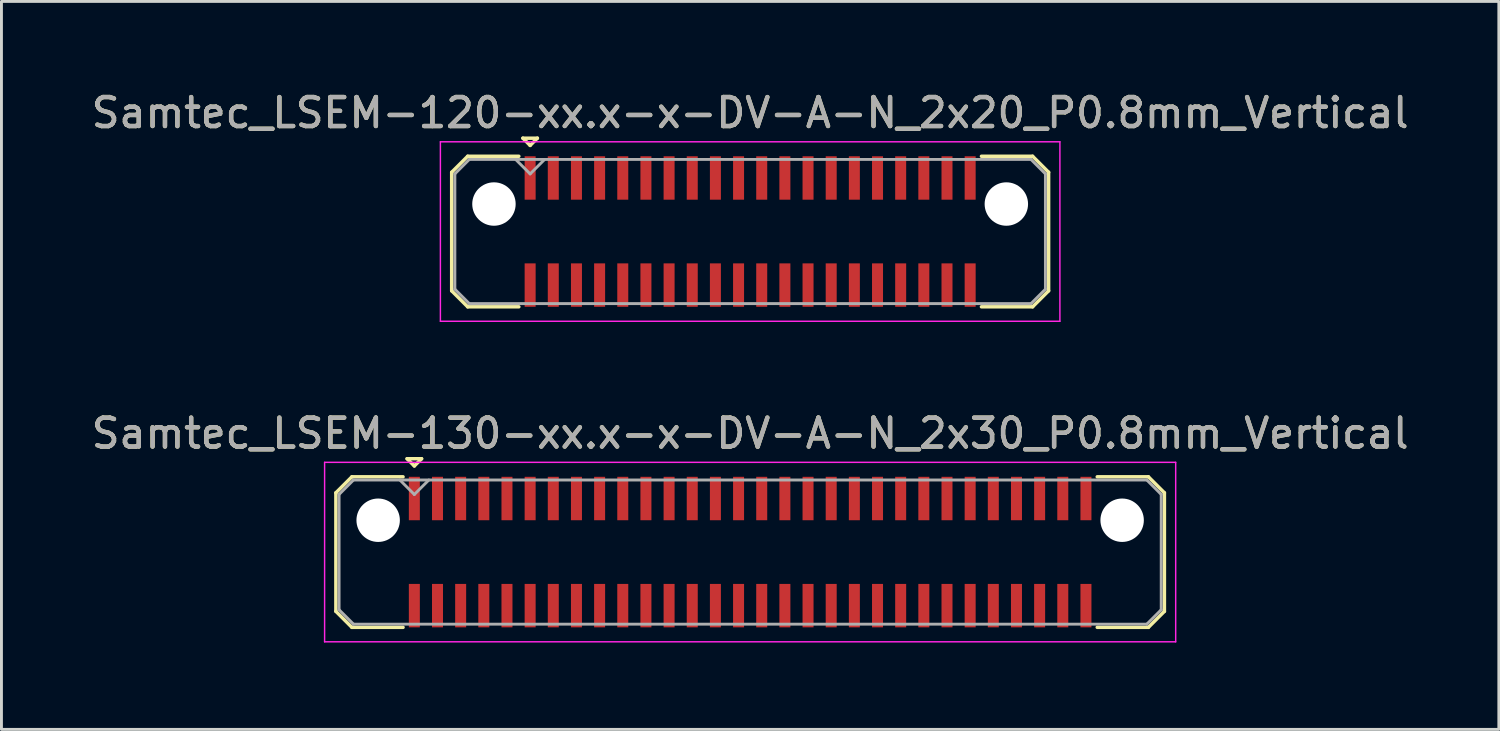
<source format=kicad_pcb>
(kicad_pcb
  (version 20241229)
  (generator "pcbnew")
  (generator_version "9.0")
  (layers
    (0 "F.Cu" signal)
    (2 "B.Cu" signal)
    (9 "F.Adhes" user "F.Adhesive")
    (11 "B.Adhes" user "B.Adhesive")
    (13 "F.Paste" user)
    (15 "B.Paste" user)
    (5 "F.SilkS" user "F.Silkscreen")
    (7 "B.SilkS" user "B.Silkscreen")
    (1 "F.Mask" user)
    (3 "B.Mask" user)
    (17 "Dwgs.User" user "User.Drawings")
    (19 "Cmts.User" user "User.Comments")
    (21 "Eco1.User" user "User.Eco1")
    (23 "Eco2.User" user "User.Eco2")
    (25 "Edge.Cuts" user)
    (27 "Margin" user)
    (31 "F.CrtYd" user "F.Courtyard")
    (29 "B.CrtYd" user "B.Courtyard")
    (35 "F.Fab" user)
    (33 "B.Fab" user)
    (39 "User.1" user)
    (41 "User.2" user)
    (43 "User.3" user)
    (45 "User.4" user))
  (footprint "Samtec_LSEM-120-xx.x-x-DV-A-N_2x20_P0.8mm_Vertical"
    (layer "F.Cu")
    (at 22.863 4.948)
    (property "Reference" "Samtec_LSEM-120-xx.x-x-DV-A-N_2x20_P0.8mm_Vertical" (at 0 -4.1 0) (layer "F.SilkS") (effects (font (size 1 1) (thickness 0.15))))
    (attr smd)
    (fp_line (start -10.31 -2.047) (end -10.31 2.047) (stroke (width 0.12) (type solid)) (layer "F.SilkS"))
    (fp_line (start -10.31 2.047) (end -9.757 2.6) (stroke (width 0.12) (type solid)) (layer "F.SilkS"))
    (fp_line (start -9.757 -2.6) (end -10.31 -2.047) (stroke (width 0.12) (type solid)) (layer "F.SilkS"))
    (fp_line (start -9.757 2.6) (end -7.99 2.6) (stroke (width 0.12) (type solid)) (layer "F.SilkS"))
    (fp_line (start -7.99 -2.6) (end -9.757 -2.6) (stroke (width 0.12) (type solid)) (layer "F.SilkS"))
    (fp_line (start -7.85 -3.225) (end -7.35 -3.225) (stroke (width 0.12) (type solid)) (layer "F.SilkS"))
    (fp_line (start -7.6 -2.975) (end -7.85 -3.225) (stroke (width 0.12) (type solid)) (layer "F.SilkS"))
    (fp_line (start -7.35 -3.225) (end -7.6 -2.975) (stroke (width 0.12) (type solid)) (layer "F.SilkS"))
    (fp_line (start 7.99 -2.6) (end 9.757 -2.6) (stroke (width 0.12) (type solid)) (layer "F.SilkS"))
    (fp_line (start 9.757 -2.6) (end 10.31 -2.047) (stroke (width 0.12) (type solid)) (layer "F.SilkS"))
    (fp_line (start 9.757 2.6) (end 7.99 2.6) (stroke (width 0.12) (type solid)) (layer "F.SilkS"))
    (fp_line (start 10.31 -2.047) (end 10.31 2.047) (stroke (width 0.12) (type solid)) (layer "F.SilkS"))
    (fp_line (start 10.31 2.047) (end 9.757 2.6) (stroke (width 0.12) (type solid)) (layer "F.SilkS"))
    (fp_line (start -10.7 -3.1) (end -10.7 3.1) (stroke (width 0.05) (type solid)) (layer "F.CrtYd"))
    (fp_line (start -10.7 3.1) (end 10.7 3.1) (stroke (width 0.05) (type solid)) (layer "F.CrtYd"))
    (fp_line (start 10.7 -3.1) (end -10.7 -3.1) (stroke (width 0.05) (type solid)) (layer "F.CrtYd"))
    (fp_line (start 10.7 3.1) (end 10.7 -3.1) (stroke (width 0.05) (type solid)) (layer "F.CrtYd"))
    (fp_line (start -10.2 -1.992) (end -10.2 1.992) (stroke (width 0.1) (type solid)) (layer "F.Fab"))
    (fp_line (start -10.2 1.992) (end -9.702 2.49) (stroke (width 0.1) (type solid)) (layer "F.Fab"))
    (fp_line (start -9.702 -2.49) (end -10.2 -1.992) (stroke (width 0.1) (type solid)) (layer "F.Fab"))
    (fp_line (start -9.702 2.49) (end 9.702 2.49) (stroke (width 0.1) (type solid)) (layer "F.Fab"))
    (fp_line (start -7.6 -1.99) (end -8.1 -2.49) (stroke (width 0.1) (type solid)) (layer "F.Fab"))
    (fp_line (start -7.1 -2.49) (end -7.6 -1.99) (stroke (width 0.1) (type solid)) (layer "F.Fab"))
    (fp_line (start 9.702 -2.49) (end -9.702 -2.49) (stroke (width 0.1) (type solid)) (layer "F.Fab"))
    (fp_line (start 9.702 2.49) (end 10.2 1.992) (stroke (width 0.1) (type solid)) (layer "F.Fab"))
    (fp_line (start 10.2 -1.992) (end 9.702 -2.49) (stroke (width 0.1) (type solid)) (layer "F.Fab"))
    (fp_line (start 10.2 1.992) (end 10.2 -1.992) (stroke (width 0.1) (type solid)) (layer "F.Fab"))
    (fp_text user "${REFERENCE}" (at 0 -4.1 0) (layer "F.Fab") (effects (font (size 1 1) (thickness 0.15))))
    (pad "" np_thru_hole circle (at -8.85 -0.95) (size 1.5 1.5) (drill 1.5) (layers "*.Cu" "*.Mask"))
    (pad "" np_thru_hole circle (at 8.85 -0.95) (size 1.5 1.5) (drill 1.5) (layers "*.Cu" "*.Mask"))
    (pad "1" smd rect (at -7.6 -1.85) (size 0.38 1.5) (layers "F.Cu" "F.Mask" "F.Paste"))
    (pad "2" smd rect (at -7.6 1.85) (size 0.38 1.5) (layers "F.Cu" "F.Mask" "F.Paste"))
    (pad "3" smd rect (at -6.8 -1.85) (size 0.38 1.5) (layers "F.Cu" "F.Mask" "F.Paste"))
    (pad "4" smd rect (at -6.8 1.85) (size 0.38 1.5) (layers "F.Cu" "F.Mask" "F.Paste"))
    (pad "5" smd rect (at -6 -1.85) (size 0.38 1.5) (layers "F.Cu" "F.Mask" "F.Paste"))
    (pad "6" smd rect (at -6 1.85) (size 0.38 1.5) (layers "F.Cu" "F.Mask" "F.Paste"))
    (pad "7" smd rect (at -5.2 -1.85) (size 0.38 1.5) (layers "F.Cu" "F.Mask" "F.Paste"))
    (pad "8" smd rect (at -5.2 1.85) (size 0.38 1.5) (layers "F.Cu" "F.Mask" "F.Paste"))
    (pad "9" smd rect (at -4.4 -1.85) (size 0.38 1.5) (layers "F.Cu" "F.Mask" "F.Paste"))
    (pad "10" smd rect (at -4.4 1.85) (size 0.38 1.5) (layers "F.Cu" "F.Mask" "F.Paste"))
    (pad "11" smd rect (at -3.6 -1.85) (size 0.38 1.5) (layers "F.Cu" "F.Mask" "F.Paste"))
    (pad "12" smd rect (at -3.6 1.85) (size 0.38 1.5) (layers "F.Cu" "F.Mask" "F.Paste"))
    (pad "13" smd rect (at -2.8 -1.85) (size 0.38 1.5) (layers "F.Cu" "F.Mask" "F.Paste"))
    (pad "14" smd rect (at -2.8 1.85) (size 0.38 1.5) (layers "F.Cu" "F.Mask" "F.Paste"))
    (pad "15" smd rect (at -2 -1.85) (size 0.38 1.5) (layers "F.Cu" "F.Mask" "F.Paste"))
    (pad "16" smd rect (at -2 1.85) (size 0.38 1.5) (layers "F.Cu" "F.Mask" "F.Paste"))
    (pad "17" smd rect (at -1.2 -1.85) (size 0.38 1.5) (layers "F.Cu" "F.Mask" "F.Paste"))
    (pad "18" smd rect (at -1.2 1.85) (size 0.38 1.5) (layers "F.Cu" "F.Mask" "F.Paste"))
    (pad "19" smd rect (at -0.4 -1.85) (size 0.38 1.5) (layers "F.Cu" "F.Mask" "F.Paste"))
    (pad "20" smd rect (at -0.4 1.85) (size 0.38 1.5) (layers "F.Cu" "F.Mask" "F.Paste"))
    (pad "21" smd rect (at 0.4 -1.85) (size 0.38 1.5) (layers "F.Cu" "F.Mask" "F.Paste"))
    (pad "22" smd rect (at 0.4 1.85) (size 0.38 1.5) (layers "F.Cu" "F.Mask" "F.Paste"))
    (pad "23" smd rect (at 1.2 -1.85) (size 0.38 1.5) (layers "F.Cu" "F.Mask" "F.Paste"))
    (pad "24" smd rect (at 1.2 1.85) (size 0.38 1.5) (layers "F.Cu" "F.Mask" "F.Paste"))
    (pad "25" smd rect (at 2 -1.85) (size 0.38 1.5) (layers "F.Cu" "F.Mask" "F.Paste"))
    (pad "26" smd rect (at 2 1.85) (size 0.38 1.5) (layers "F.Cu" "F.Mask" "F.Paste"))
    (pad "27" smd rect (at 2.8 -1.85) (size 0.38 1.5) (layers "F.Cu" "F.Mask" "F.Paste"))
    (pad "28" smd rect (at 2.8 1.85) (size 0.38 1.5) (layers "F.Cu" "F.Mask" "F.Paste"))
    (pad "29" smd rect (at 3.6 -1.85) (size 0.38 1.5) (layers "F.Cu" "F.Mask" "F.Paste"))
    (pad "30" smd rect (at 3.6 1.85) (size 0.38 1.5) (layers "F.Cu" "F.Mask" "F.Paste"))
    (pad "31" smd rect (at 4.4 -1.85) (size 0.38 1.5) (layers "F.Cu" "F.Mask" "F.Paste"))
    (pad "32" smd rect (at 4.4 1.85) (size 0.38 1.5) (layers "F.Cu" "F.Mask" "F.Paste"))
    (pad "33" smd rect (at 5.2 -1.85) (size 0.38 1.5) (layers "F.Cu" "F.Mask" "F.Paste"))
    (pad "34" smd rect (at 5.2 1.85) (size 0.38 1.5) (layers "F.Cu" "F.Mask" "F.Paste"))
    (pad "35" smd rect (at 6 -1.85) (size 0.38 1.5) (layers "F.Cu" "F.Mask" "F.Paste"))
    (pad "36" smd rect (at 6 1.85) (size 0.38 1.5) (layers "F.Cu" "F.Mask" "F.Paste"))
    (pad "37" smd rect (at 6.8 -1.85) (size 0.38 1.5) (layers "F.Cu" "F.Mask" "F.Paste"))
    (pad "38" smd rect (at 6.8 1.85) (size 0.38 1.5) (layers "F.Cu" "F.Mask" "F.Paste"))
    (pad "39" smd rect (at 7.6 -1.85) (size 0.38 1.5) (layers "F.Cu" "F.Mask" "F.Paste"))
    (pad "40" smd rect (at 7.6 1.85) (size 0.38 1.5) (layers "F.Cu" "F.Mask" "F.Paste")))
  (footprint "Samtec_LSEM-130-xx.x-x-DV-A-N_2x30_P0.8mm_Vertical"
    (layer "F.Cu")
    (at 22.863 16.021)
    (property "Reference" "Samtec_LSEM-130-xx.x-x-DV-A-N_2x30_P0.8mm_Vertical" (at 0 -4.1 0) (layer "F.SilkS") (effects (font (size 1 1) (thickness 0.15))))
    (attr smd)
    (fp_line (start -14.31 -2.047) (end -14.31 2.047) (stroke (width 0.12) (type solid)) (layer "F.SilkS"))
    (fp_line (start -14.31 2.047) (end -13.757 2.6) (stroke (width 0.12) (type solid)) (layer "F.SilkS"))
    (fp_line (start -13.757 -2.6) (end -14.31 -2.047) (stroke (width 0.12) (type solid)) (layer "F.SilkS"))
    (fp_line (start -13.757 2.6) (end -11.99 2.6) (stroke (width 0.12) (type solid)) (layer "F.SilkS"))
    (fp_line (start -11.99 -2.6) (end -13.757 -2.6) (stroke (width 0.12) (type solid)) (layer "F.SilkS"))
    (fp_line (start -11.85 -3.225) (end -11.35 -3.225) (stroke (width 0.12) (type solid)) (layer "F.SilkS"))
    (fp_line (start -11.6 -2.975) (end -11.85 -3.225) (stroke (width 0.12) (type solid)) (layer "F.SilkS"))
    (fp_line (start -11.35 -3.225) (end -11.6 -2.975) (stroke (width 0.12) (type solid)) (layer "F.SilkS"))
    (fp_line (start 11.99 -2.6) (end 13.757 -2.6) (stroke (width 0.12) (type solid)) (layer "F.SilkS"))
    (fp_line (start 13.757 -2.6) (end 14.31 -2.047) (stroke (width 0.12) (type solid)) (layer "F.SilkS"))
    (fp_line (start 13.757 2.6) (end 11.99 2.6) (stroke (width 0.12) (type solid)) (layer "F.SilkS"))
    (fp_line (start 14.31 -2.047) (end 14.31 2.047) (stroke (width 0.12) (type solid)) (layer "F.SilkS"))
    (fp_line (start 14.31 2.047) (end 13.757 2.6) (stroke (width 0.12) (type solid)) (layer "F.SilkS"))
    (fp_line (start -14.7 -3.1) (end -14.7 3.1) (stroke (width 0.05) (type solid)) (layer "F.CrtYd"))
    (fp_line (start -14.7 3.1) (end 14.7 3.1) (stroke (width 0.05) (type solid)) (layer "F.CrtYd"))
    (fp_line (start 14.7 -3.1) (end -14.7 -3.1) (stroke (width 0.05) (type solid)) (layer "F.CrtYd"))
    (fp_line (start 14.7 3.1) (end 14.7 -3.1) (stroke (width 0.05) (type solid)) (layer "F.CrtYd"))
    (fp_line (start -14.2 -1.992) (end -14.2 1.992) (stroke (width 0.1) (type solid)) (layer "F.Fab"))
    (fp_line (start -14.2 1.992) (end -13.702 2.49) (stroke (width 0.1) (type solid)) (layer "F.Fab"))
    (fp_line (start -13.702 -2.49) (end -14.2 -1.992) (stroke (width 0.1) (type solid)) (layer "F.Fab"))
    (fp_line (start -13.702 2.49) (end 13.702 2.49) (stroke (width 0.1) (type solid)) (layer "F.Fab"))
    (fp_line (start -11.6 -1.99) (end -12.1 -2.49) (stroke (width 0.1) (type solid)) (layer "F.Fab"))
    (fp_line (start -11.1 -2.49) (end -11.6 -1.99) (stroke (width 0.1) (type solid)) (layer "F.Fab"))
    (fp_line (start 13.702 -2.49) (end -13.702 -2.49) (stroke (width 0.1) (type solid)) (layer "F.Fab"))
    (fp_line (start 13.702 2.49) (end 14.2 1.992) (stroke (width 0.1) (type solid)) (layer "F.Fab"))
    (fp_line (start 14.2 -1.992) (end 13.702 -2.49) (stroke (width 0.1) (type solid)) (layer "F.Fab"))
    (fp_line (start 14.2 1.992) (end 14.2 -1.992) (stroke (width 0.1) (type solid)) (layer "F.Fab"))
    (fp_text user "${REFERENCE}" (at 0 -4.1 0) (layer "F.Fab") (effects (font (size 1 1) (thickness 0.15))))
    (pad "" np_thru_hole circle (at -12.85 -1.1) (size 1.5 1.5) (drill 1.5) (layers "*.Cu" "*.Mask"))
    (pad "" np_thru_hole circle (at 12.85 -1.1) (size 1.5 1.5) (drill 1.5) (layers "*.Cu" "*.Mask"))
    (pad "1" smd rect (at -11.6 -1.85) (size 0.38 1.5) (layers "F.Cu" "F.Mask" "F.Paste"))
    (pad "2" smd rect (at -11.6 1.85) (size 0.38 1.5) (layers "F.Cu" "F.Mask" "F.Paste"))
    (pad "3" smd rect (at -10.8 -1.85) (size 0.38 1.5) (layers "F.Cu" "F.Mask" "F.Paste"))
    (pad "4" smd rect (at -10.8 1.85) (size 0.38 1.5) (layers "F.Cu" "F.Mask" "F.Paste"))
    (pad "5" smd rect (at -10 -1.85) (size 0.38 1.5) (layers "F.Cu" "F.Mask" "F.Paste"))
    (pad "6" smd rect (at -10 1.85) (size 0.38 1.5) (layers "F.Cu" "F.Mask" "F.Paste"))
    (pad "7" smd rect (at -9.2 -1.85) (size 0.38 1.5) (layers "F.Cu" "F.Mask" "F.Paste"))
    (pad "8" smd rect (at -9.2 1.85) (size 0.38 1.5) (layers "F.Cu" "F.Mask" "F.Paste"))
    (pad "9" smd rect (at -8.4 -1.85) (size 0.38 1.5) (layers "F.Cu" "F.Mask" "F.Paste"))
    (pad "10" smd rect (at -8.4 1.85) (size 0.38 1.5) (layers "F.Cu" "F.Mask" "F.Paste"))
    (pad "11" smd rect (at -7.6 -1.85) (size 0.38 1.5) (layers "F.Cu" "F.Mask" "F.Paste"))
    (pad "12" smd rect (at -7.6 1.85) (size 0.38 1.5) (layers "F.Cu" "F.Mask" "F.Paste"))
    (pad "13" smd rect (at -6.8 -1.85) (size 0.38 1.5) (layers "F.Cu" "F.Mask" "F.Paste"))
    (pad "14" smd rect (at -6.8 1.85) (size 0.38 1.5) (layers "F.Cu" "F.Mask" "F.Paste"))
    (pad "15" smd rect (at -6 -1.85) (size 0.38 1.5) (layers "F.Cu" "F.Mask" "F.Paste"))
    (pad "16" smd rect (at -6 1.85) (size 0.38 1.5) (layers "F.Cu" "F.Mask" "F.Paste"))
    (pad "17" smd rect (at -5.2 -1.85) (size 0.38 1.5) (layers "F.Cu" "F.Mask" "F.Paste"))
    (pad "18" smd rect (at -5.2 1.85) (size 0.38 1.5) (layers "F.Cu" "F.Mask" "F.Paste"))
    (pad "19" smd rect (at -4.4 -1.85) (size 0.38 1.5) (layers "F.Cu" "F.Mask" "F.Paste"))
    (pad "20" smd rect (at -4.4 1.85) (size 0.38 1.5) (layers "F.Cu" "F.Mask" "F.Paste"))
    (pad "21" smd rect (at -3.6 -1.85) (size 0.38 1.5) (layers "F.Cu" "F.Mask" "F.Paste"))
    (pad "22" smd rect (at -3.6 1.85) (size 0.38 1.5) (layers "F.Cu" "F.Mask" "F.Paste"))
    (pad "23" smd rect (at -2.8 -1.85) (size 0.38 1.5) (layers "F.Cu" "F.Mask" "F.Paste"))
    (pad "24" smd rect (at -2.8 1.85) (size 0.38 1.5) (layers "F.Cu" "F.Mask" "F.Paste"))
    (pad "25" smd rect (at -2 -1.85) (size 0.38 1.5) (layers "F.Cu" "F.Mask" "F.Paste"))
    (pad "26" smd rect (at -2 1.85) (size 0.38 1.5) (layers "F.Cu" "F.Mask" "F.Paste"))
    (pad "27" smd rect (at -1.2 -1.85) (size 0.38 1.5) (layers "F.Cu" "F.Mask" "F.Paste"))
    (pad "28" smd rect (at -1.2 1.85) (size 0.38 1.5) (layers "F.Cu" "F.Mask" "F.Paste"))
    (pad "29" smd rect (at -0.4 -1.85) (size 0.38 1.5) (layers "F.Cu" "F.Mask" "F.Paste"))
    (pad "30" smd rect (at -0.4 1.85) (size 0.38 1.5) (layers "F.Cu" "F.Mask" "F.Paste"))
    (pad "31" smd rect (at 0.4 -1.85) (size 0.38 1.5) (layers "F.Cu" "F.Mask" "F.Paste"))
    (pad "32" smd rect (at 0.4 1.85) (size 0.38 1.5) (layers "F.Cu" "F.Mask" "F.Paste"))
    (pad "33" smd rect (at 1.2 -1.85) (size 0.38 1.5) (layers "F.Cu" "F.Mask" "F.Paste"))
    (pad "34" smd rect (at 1.2 1.85) (size 0.38 1.5) (layers "F.Cu" "F.Mask" "F.Paste"))
    (pad "35" smd rect (at 2 -1.85) (size 0.38 1.5) (layers "F.Cu" "F.Mask" "F.Paste"))
    (pad "36" smd rect (at 2 1.85) (size 0.38 1.5) (layers "F.Cu" "F.Mask" "F.Paste"))
    (pad "37" smd rect (at 2.8 -1.85) (size 0.38 1.5) (layers "F.Cu" "F.Mask" "F.Paste"))
    (pad "38" smd rect (at 2.8 1.85) (size 0.38 1.5) (layers "F.Cu" "F.Mask" "F.Paste"))
    (pad "39" smd rect (at 3.6 -1.85) (size 0.38 1.5) (layers "F.Cu" "F.Mask" "F.Paste"))
    (pad "40" smd rect (at 3.6 1.85) (size 0.38 1.5) (layers "F.Cu" "F.Mask" "F.Paste"))
    (pad "41" smd rect (at 4.4 -1.85) (size 0.38 1.5) (layers "F.Cu" "F.Mask" "F.Paste"))
    (pad "42" smd rect (at 4.4 1.85) (size 0.38 1.5) (layers "F.Cu" "F.Mask" "F.Paste"))
    (pad "43" smd rect (at 5.2 -1.85) (size 0.38 1.5) (layers "F.Cu" "F.Mask" "F.Paste"))
    (pad "44" smd rect (at 5.2 1.85) (size 0.38 1.5) (layers "F.Cu" "F.Mask" "F.Paste"))
    (pad "45" smd rect (at 6 -1.85) (size 0.38 1.5) (layers "F.Cu" "F.Mask" "F.Paste"))
    (pad "46" smd rect (at 6 1.85) (size 0.38 1.5) (layers "F.Cu" "F.Mask" "F.Paste"))
    (pad "47" smd rect (at 6.8 -1.85) (size 0.38 1.5) (layers "F.Cu" "F.Mask" "F.Paste"))
    (pad "48" smd rect (at 6.8 1.85) (size 0.38 1.5) (layers "F.Cu" "F.Mask" "F.Paste"))
    (pad "49" smd rect (at 7.6 -1.85) (size 0.38 1.5) (layers "F.Cu" "F.Mask" "F.Paste"))
    (pad "50" smd rect (at 7.6 1.85) (size 0.38 1.5) (layers "F.Cu" "F.Mask" "F.Paste"))
    (pad "51" smd rect (at 8.4 -1.85) (size 0.38 1.5) (layers "F.Cu" "F.Mask" "F.Paste"))
    (pad "52" smd rect (at 8.4 1.85) (size 0.38 1.5) (layers "F.Cu" "F.Mask" "F.Paste"))
    (pad "53" smd rect (at 9.2 -1.85) (size 0.38 1.5) (layers "F.Cu" "F.Mask" "F.Paste"))
    (pad "54" smd rect (at 9.2 1.85) (size 0.38 1.5) (layers "F.Cu" "F.Mask" "F.Paste"))
    (pad "55" smd rect (at 10 -1.85) (size 0.38 1.5) (layers "F.Cu" "F.Mask" "F.Paste"))
    (pad "56" smd rect (at 10 1.85) (size 0.38 1.5) (layers "F.Cu" "F.Mask" "F.Paste"))
    (pad "57" smd rect (at 10.8 -1.85) (size 0.38 1.5) (layers "F.Cu" "F.Mask" "F.Paste"))
    (pad "58" smd rect (at 10.8 1.85) (size 0.38 1.5) (layers "F.Cu" "F.Mask" "F.Paste"))
    (pad "59" smd rect (at 11.6 -1.85) (size 0.38 1.5) (layers "F.Cu" "F.Mask" "F.Paste"))
    (pad "60" smd rect (at 11.6 1.85) (size 0.38 1.5) (layers "F.Cu" "F.Mask" "F.Paste")))
  (gr_rect
    (start -3 -3)
    (end 48.726 22.146)
    (stroke (width 0.1) (type default))
    (fill no)
    (layer "Edge.Cuts")))
</source>
